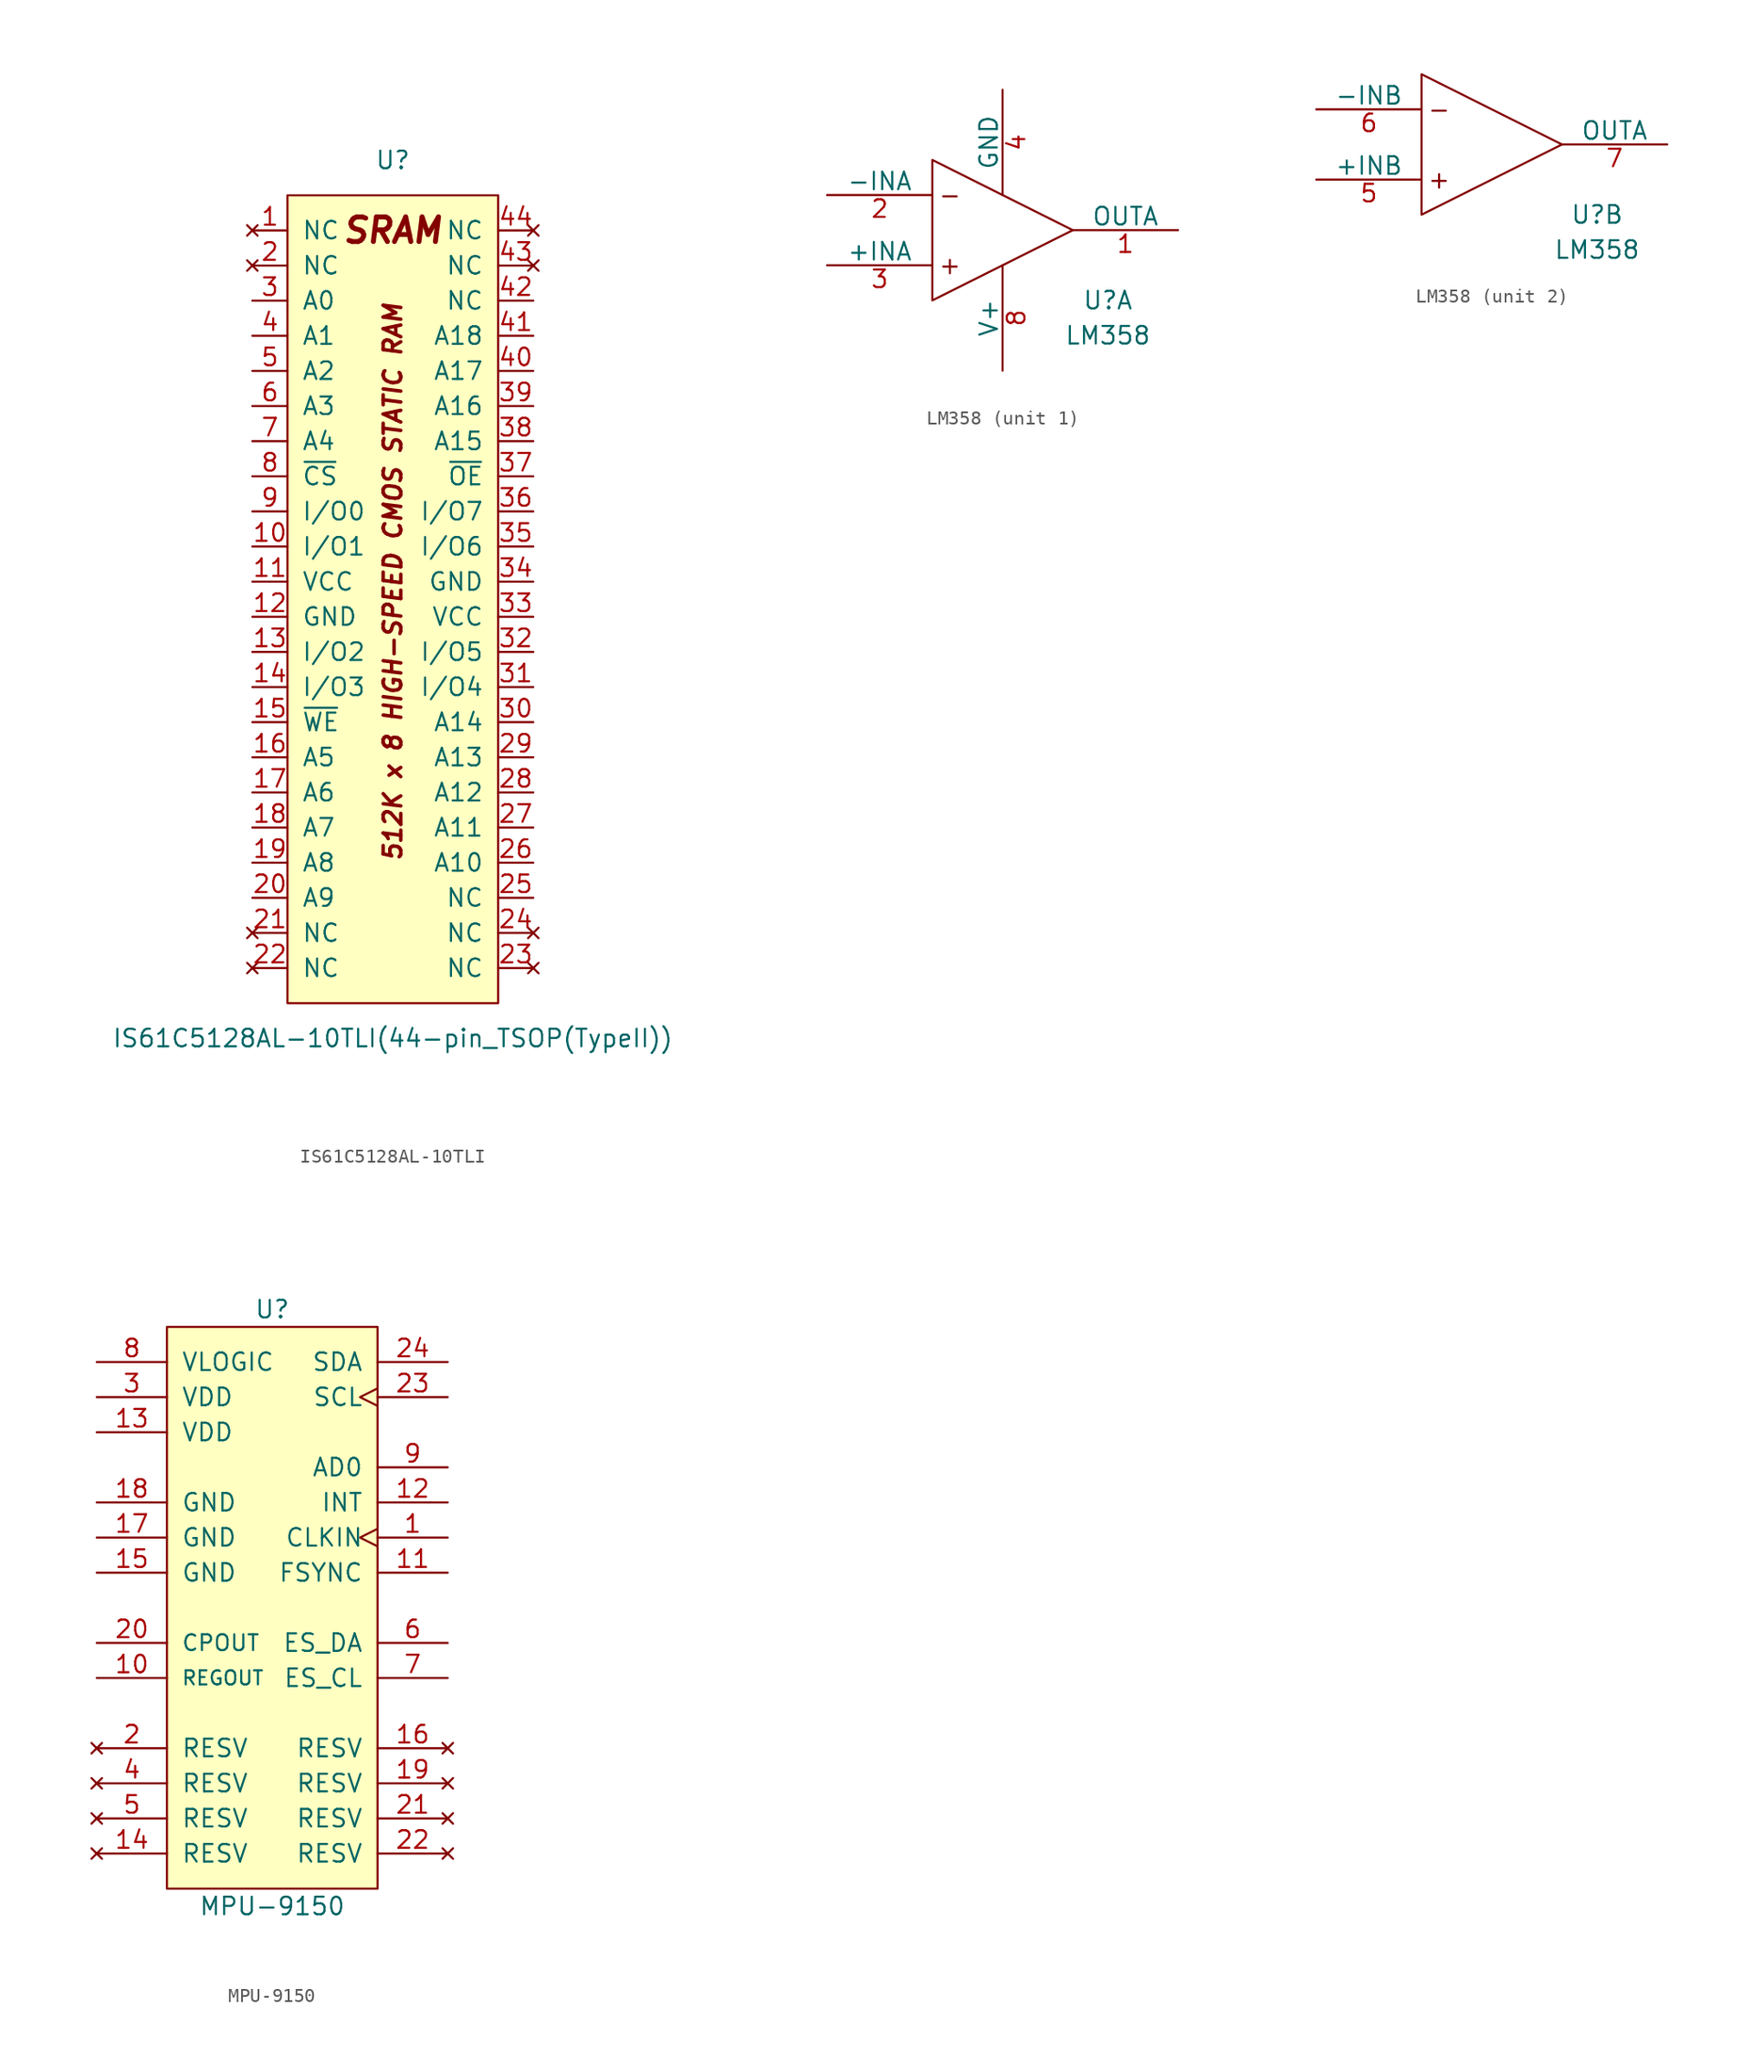
<source format=kicad_sym>
(kicad_symbol_lib
  (version 20220914)
  (generator kicad_symbol_editor)
  (symbol "IS61C5128AL-10TLI"
    (pin_names
      (offset 1.016))
    (property "Reference" "U"
      (at 0 30.48 0)
      (effects (font (size 1.27 1.27))))
    (property "Value" "IS61C5128AL-10TLI(44-pin_TSOP(TypeII))"
      (at 0 -33.02 0)
      (effects (font (size 1.27 1.27))))
    (symbol "IS61C5128AL-10TLI_0_1"
      (rectangle (start -7.62 27.94) (end 7.62 -30.48) (stroke (width 0) (type solid)) (fill (type background))))
    (symbol "IS61C5128AL-10TLI_1_1"
      (text "512K x 8 HIGH-SPEED CMOS STATIC RAM" (at 0 0 900) (effects (font (size 1.27 1.27) bold italic)))
      (text "SRAM" (at 0 25.4 0) (effects (font (size 1.778 1.778) bold italic)))
      (pin no_connect line (at -10.16 25.4 0) (length 2.54) (name "NC" (effects (font (size 1.27 1.27)))) (number "1" (effects (font (size 1.27 1.27)))))
      (pin bidirectional line (at -10.16 2.54 0) (length 2.54) (name "I/O1" (effects (font (size 1.27 1.27)))) (number "10" (effects (font (size 1.27 1.27)))))
      (pin power_in line (at -10.16 0 0) (length 2.54) (name "VCC" (effects (font (size 1.27 1.27)))) (number "11" (effects (font (size 1.27 1.27)))))
      (pin power_in line (at -10.16 -2.54 0) (length 2.54) (name "GND" (effects (font (size 1.27 1.27)))) (number "12" (effects (font (size 1.27 1.27)))))
      (pin bidirectional line (at -10.16 -5.08 0) (length 2.54) (name "I/O2" (effects (font (size 1.27 1.27)))) (number "13" (effects (font (size 1.27 1.27)))))
      (pin bidirectional line (at -10.16 -7.62 0) (length 2.54) (name "I/O3" (effects (font (size 1.27 1.27)))) (number "14" (effects (font (size 1.27 1.27)))))
      (pin input line (at -10.16 -10.16 0) (length 2.54) (name "~{WE}" (effects (font (size 1.27 1.27)))) (number "15" (effects (font (size 1.27 1.27)))))
      (pin bidirectional line (at -10.16 -12.7 0) (length 2.54) (name "A5" (effects (font (size 1.27 1.27)))) (number "16" (effects (font (size 1.27 1.27)))))
      (pin bidirectional line (at -10.16 -15.24 0) (length 2.54) (name "A6" (effects (font (size 1.27 1.27)))) (number "17" (effects (font (size 1.27 1.27)))))
      (pin bidirectional line (at -10.16 -17.78 0) (length 2.54) (name "A7" (effects (font (size 1.27 1.27)))) (number "18" (effects (font (size 1.27 1.27)))))
      (pin bidirectional line (at -10.16 -20.32 0) (length 2.54) (name "A8" (effects (font (size 1.27 1.27)))) (number "19" (effects (font (size 1.27 1.27)))))
      (pin no_connect line (at -10.16 22.86 0) (length 2.54) (name "NC" (effects (font (size 1.27 1.27)))) (number "2" (effects (font (size 1.27 1.27)))))
      (pin bidirectional line (at -10.16 -22.86 0) (length 2.54) (name "A9" (effects (font (size 1.27 1.27)))) (number "20" (effects (font (size 1.27 1.27)))))
      (pin no_connect line (at -10.16 -25.4 0) (length 2.54) (name "NC" (effects (font (size 1.27 1.27)))) (number "21" (effects (font (size 1.27 1.27)))))
      (pin no_connect line (at -10.16 -27.94 0) (length 2.54) (name "NC" (effects (font (size 1.27 1.27)))) (number "22" (effects (font (size 1.27 1.27)))))
      (pin no_connect line (at 10.16 -27.94 180) (length 2.54) (name "NC" (effects (font (size 1.27 1.27)))) (number "23" (effects (font (size 1.27 1.27)))))
      (pin no_connect line (at 10.16 -25.4 180) (length 2.54) (name "NC" (effects (font (size 1.27 1.27)))) (number "24" (effects (font (size 1.27 1.27)))))
      (pin bidirectional line (at 10.16 -22.86 180) (length 2.54) (name "NC" (effects (font (size 1.27 1.27)))) (number "25" (effects (font (size 1.27 1.27)))))
      (pin bidirectional line (at 10.16 -20.32 180) (length 2.54) (name "A10" (effects (font (size 1.27 1.27)))) (number "26" (effects (font (size 1.27 1.27)))))
      (pin bidirectional line (at 10.16 -17.78 180) (length 2.54) (name "A11" (effects (font (size 1.27 1.27)))) (number "27" (effects (font (size 1.27 1.27)))))
      (pin bidirectional line (at 10.16 -15.24 180) (length 2.54) (name "A12" (effects (font (size 1.27 1.27)))) (number "28" (effects (font (size 1.27 1.27)))))
      (pin bidirectional line (at 10.16 -12.7 180) (length 2.54) (name "A13" (effects (font (size 1.27 1.27)))) (number "29" (effects (font (size 1.27 1.27)))))
      (pin bidirectional line (at -10.16 20.32 0) (length 2.54) (name "A0" (effects (font (size 1.27 1.27)))) (number "3" (effects (font (size 1.27 1.27)))))
      (pin bidirectional line (at 10.16 -10.16 180) (length 2.54) (name "A14" (effects (font (size 1.27 1.27)))) (number "30" (effects (font (size 1.27 1.27)))))
      (pin bidirectional line (at 10.16 -7.62 180) (length 2.54) (name "I/O4" (effects (font (size 1.27 1.27)))) (number "31" (effects (font (size 1.27 1.27)))))
      (pin bidirectional line (at 10.16 -5.08 180) (length 2.54) (name "I/O5" (effects (font (size 1.27 1.27)))) (number "32" (effects (font (size 1.27 1.27)))))
      (pin power_in line (at 10.16 -2.54 180) (length 2.54) (name "VCC" (effects (font (size 1.27 1.27)))) (number "33" (effects (font (size 1.27 1.27)))))
      (pin power_in line (at 10.16 0 180) (length 2.54) (name "GND" (effects (font (size 1.27 1.27)))) (number "34" (effects (font (size 1.27 1.27)))))
      (pin bidirectional line (at 10.16 2.54 180) (length 2.54) (name "I/O6" (effects (font (size 1.27 1.27)))) (number "35" (effects (font (size 1.27 1.27)))))
      (pin bidirectional line (at 10.16 5.08 180) (length 2.54) (name "I/O7" (effects (font (size 1.27 1.27)))) (number "36" (effects (font (size 1.27 1.27)))))
      (pin bidirectional line (at 10.16 7.62 180) (length 2.54) (name "~{OE}" (effects (font (size 1.27 1.27)))) (number "37" (effects (font (size 1.27 1.27)))))
      (pin bidirectional line (at 10.16 10.16 180) (length 2.54) (name "A15" (effects (font (size 1.27 1.27)))) (number "38" (effects (font (size 1.27 1.27)))))
      (pin bidirectional line (at 10.16 12.7 180) (length 2.54) (name "A16" (effects (font (size 1.27 1.27)))) (number "39" (effects (font (size 1.27 1.27)))))
      (pin bidirectional line (at -10.16 17.78 0) (length 2.54) (name "A1" (effects (font (size 1.27 1.27)))) (number "4" (effects (font (size 1.27 1.27)))))
      (pin bidirectional line (at 10.16 15.24 180) (length 2.54) (name "A17" (effects (font (size 1.27 1.27)))) (number "40" (effects (font (size 1.27 1.27)))))
      (pin bidirectional line (at 10.16 17.78 180) (length 2.54) (name "A18" (effects (font (size 1.27 1.27)))) (number "41" (effects (font (size 1.27 1.27)))))
      (pin bidirectional line (at 10.16 20.32 180) (length 2.54) (name "NC" (effects (font (size 1.27 1.27)))) (number "42" (effects (font (size 1.27 1.27)))))
      (pin no_connect line (at 10.16 22.86 180) (length 2.54) (name "NC" (effects (font (size 1.27 1.27)))) (number "43" (effects (font (size 1.27 1.27)))))
      (pin no_connect line (at 10.16 25.4 180) (length 2.54) (name "NC" (effects (font (size 1.27 1.27)))) (number "44" (effects (font (size 1.27 1.27)))))
      (pin bidirectional line (at -10.16 15.24 0) (length 2.54) (name "A2" (effects (font (size 1.27 1.27)))) (number "5" (effects (font (size 1.27 1.27)))))
      (pin bidirectional line (at -10.16 12.7 0) (length 2.54) (name "A3" (effects (font (size 1.27 1.27)))) (number "6" (effects (font (size 1.27 1.27)))))
      (pin bidirectional line (at -10.16 10.16 0) (length 2.54) (name "A4" (effects (font (size 1.27 1.27)))) (number "7" (effects (font (size 1.27 1.27)))))
      (pin input line (at -10.16 7.62 0) (length 2.54) (name "~{CS}" (effects (font (size 1.27 1.27)))) (number "8" (effects (font (size 1.27 1.27)))))
      (pin bidirectional line (at -10.16 5.08 0) (length 2.54) (name "I/O0" (effects (font (size 1.27 1.27)))) (number "9" (effects (font (size 1.27 1.27)))))))
  (symbol "LM358"
    (pin_names
      (offset 0))
    (property "Reference" "U"
      (at 7.62 -5.08 0)
      (effects (font (size 1.27 1.27))))
    (property "Value" "LM358"
      (at 7.62 -7.62 0)
      (effects (font (size 1.27 1.27))))
    (property "ki_locked" ""
      (at 0 0 0)
      (effects (font (size 1.27 1.27))))
    (symbol "LM358_0_0"
      (text "+" (at -3.81 -2.54 0) (effects (font (size 1.27 1.27))))
      (text "-" (at -3.81 2.54 0) (effects (font (size 1.27 1.27)))))
    (symbol "LM358_0_1"
      (polyline (pts (xy -5.08 5.08) (xy -5.08 -5.08) (xy 5.08 0) (xy -5.08 5.08)) (stroke (width 0) (type solid)) (fill (type none))))
    (symbol "LM358_1_1"
      (pin output line (at 12.7 0 180) (length 7.62) (name "OUTA" (effects (font (size 1.27 1.27)))) (number "1" (effects (font (size 1.27 1.27)))))
      (pin input line (at -12.7 2.54 0) (length 7.62) (name "-INA" (effects (font (size 1.27 1.27)))) (number "2" (effects (font (size 1.27 1.27)))))
      (pin input line (at -12.7 -2.54 0) (length 7.62) (name "+INA" (effects (font (size 1.27 1.27)))) (number "3" (effects (font (size 1.27 1.27)))))
      (pin power_in line (at 0 10.16 270) (length 7.62) (name "GND" (effects (font (size 1.27 1.27)))) (number "4" (effects (font (size 1.27 1.27)))))
      (pin power_in line (at 0 -10.16 90) (length 7.62) (name "V+" (effects (font (size 1.27 1.27)))) (number "8" (effects (font (size 1.27 1.27))))))
    (symbol "LM358_2_1"
      (pin input line (at -12.7 -2.54 0) (length 7.62) (name "+INB" (effects (font (size 1.27 1.27)))) (number "5" (effects (font (size 1.27 1.27)))))
      (pin input line (at -12.7 2.54 0) (length 7.62) (name "-INB" (effects (font (size 1.27 1.27)))) (number "6" (effects (font (size 1.27 1.27)))))
      (pin output line (at 12.7 0 180) (length 7.62) (name "OUTA" (effects (font (size 1.27 1.27)))) (number "7" (effects (font (size 1.27 1.27)))))))
  (symbol "MPU-9150"
    (pin_names
      (offset 1.016))
    (property "Reference" "U"
      (at 0 21.59 0)
      (effects (font (size 1.27 1.27))))
    (property "Value" "MPU-9150"
      (at 0 -21.59 0)
      (effects (font (size 1.27 1.27))))
    (symbol "MPU-9150_0_1"
      (rectangle (start -7.62 20.32) (end 7.62 -20.32) (stroke (width 0) (type solid)) (fill (type background))))
    (symbol "MPU-9150_1_1"
      (pin input clock (at 12.7 5.08 180) (length 5.08) (name "CLKIN" (effects (font (size 1.27 1.27)))) (number "1" (effects (font (size 1.27 1.27)))))
      (pin power_out line (at -12.7 -5.08 0) (length 5.08) (name "REGOUT" (effects (font (size 1.016 1.016)))) (number "10" (effects (font (size 1.27 1.27)))))
      (pin input line (at 12.7 2.54 180) (length 5.08) (name "FSYNC" (effects (font (size 1.27 1.27)))) (number "11" (effects (font (size 1.27 1.27)))))
      (pin output line (at 12.7 7.62 180) (length 5.08) (name "INT" (effects (font (size 1.27 1.27)))) (number "12" (effects (font (size 1.27 1.27)))))
      (pin power_in line (at -12.7 12.7 0) (length 5.08) (name "VDD" (effects (font (size 1.27 1.27)))) (number "13" (effects (font (size 1.27 1.27)))))
      (pin no_connect line (at -12.7 -17.78 0) (length 5.08) (name "RESV" (effects (font (size 1.27 1.27)))) (number "14" (effects (font (size 1.27 1.27)))))
      (pin power_in line (at -12.7 2.54 0) (length 5.08) (name "GND" (effects (font (size 1.27 1.27)))) (number "15" (effects (font (size 1.27 1.27)))))
      (pin no_connect line (at 12.7 -10.16 180) (length 5.08) (name "RESV" (effects (font (size 1.27 1.27)))) (number "16" (effects (font (size 1.27 1.27)))))
      (pin power_in line (at -12.7 5.08 0) (length 5.08) (name "GND" (effects (font (size 1.27 1.27)))) (number "17" (effects (font (size 1.27 1.27)))))
      (pin power_in line (at -12.7 7.62 0) (length 5.08) (name "GND" (effects (font (size 1.27 1.27)))) (number "18" (effects (font (size 1.27 1.27)))))
      (pin no_connect line (at 12.7 -12.7 180) (length 5.08) (name "RESV" (effects (font (size 1.27 1.27)))) (number "19" (effects (font (size 1.27 1.27)))))
      (pin no_connect line (at -12.7 -10.16 0) (length 5.08) (name "RESV" (effects (font (size 1.27 1.27)))) (number "2" (effects (font (size 1.27 1.27)))))
      (pin output line (at -12.7 -2.54 0) (length 5.08) (name "CPOUT" (effects (font (size 1.143 1.143)))) (number "20" (effects (font (size 1.27 1.27)))))
      (pin no_connect line (at 12.7 -15.24 180) (length 5.08) (name "RESV" (effects (font (size 1.27 1.27)))) (number "21" (effects (font (size 1.27 1.27)))))
      (pin no_connect line (at 12.7 -17.78 180) (length 5.08) (name "RESV" (effects (font (size 1.27 1.27)))) (number "22" (effects (font (size 1.27 1.27)))))
      (pin input clock (at 12.7 15.24 180) (length 5.08) (name "SCL" (effects (font (size 1.27 1.27)))) (number "23" (effects (font (size 1.27 1.27)))))
      (pin bidirectional line (at 12.7 17.78 180) (length 5.08) (name "SDA" (effects (font (size 1.27 1.27)))) (number "24" (effects (font (size 1.27 1.27)))))
      (pin power_in line (at -12.7 15.24 0) (length 5.08) (name "VDD" (effects (font (size 1.27 1.27)))) (number "3" (effects (font (size 1.27 1.27)))))
      (pin no_connect line (at -12.7 -12.7 0) (length 5.08) (name "RESV" (effects (font (size 1.27 1.27)))) (number "4" (effects (font (size 1.27 1.27)))))
      (pin no_connect line (at -12.7 -15.24 0) (length 5.08) (name "RESV" (effects (font (size 1.27 1.27)))) (number "5" (effects (font (size 1.27 1.27)))))
      (pin bidirectional line (at 12.7 -2.54 180) (length 5.08) (name "ES_DA" (effects (font (size 1.27 1.27)))) (number "6" (effects (font (size 1.27 1.27)))))
      (pin output line (at 12.7 -5.08 180) (length 5.08) (name "ES_CL" (effects (font (size 1.27 1.27)))) (number "7" (effects (font (size 1.27 1.27)))))
      (pin power_in line (at -12.7 17.78 0) (length 5.08) (name "VLOGIC" (effects (font (size 1.27 1.27)))) (number "8" (effects (font (size 1.27 1.27)))))
      (pin input line (at 12.7 10.16 180) (length 5.08) (name "AD0" (effects (font (size 1.27 1.27)))) (number "9" (effects (font (size 1.27 1.27))))))))
</source>
